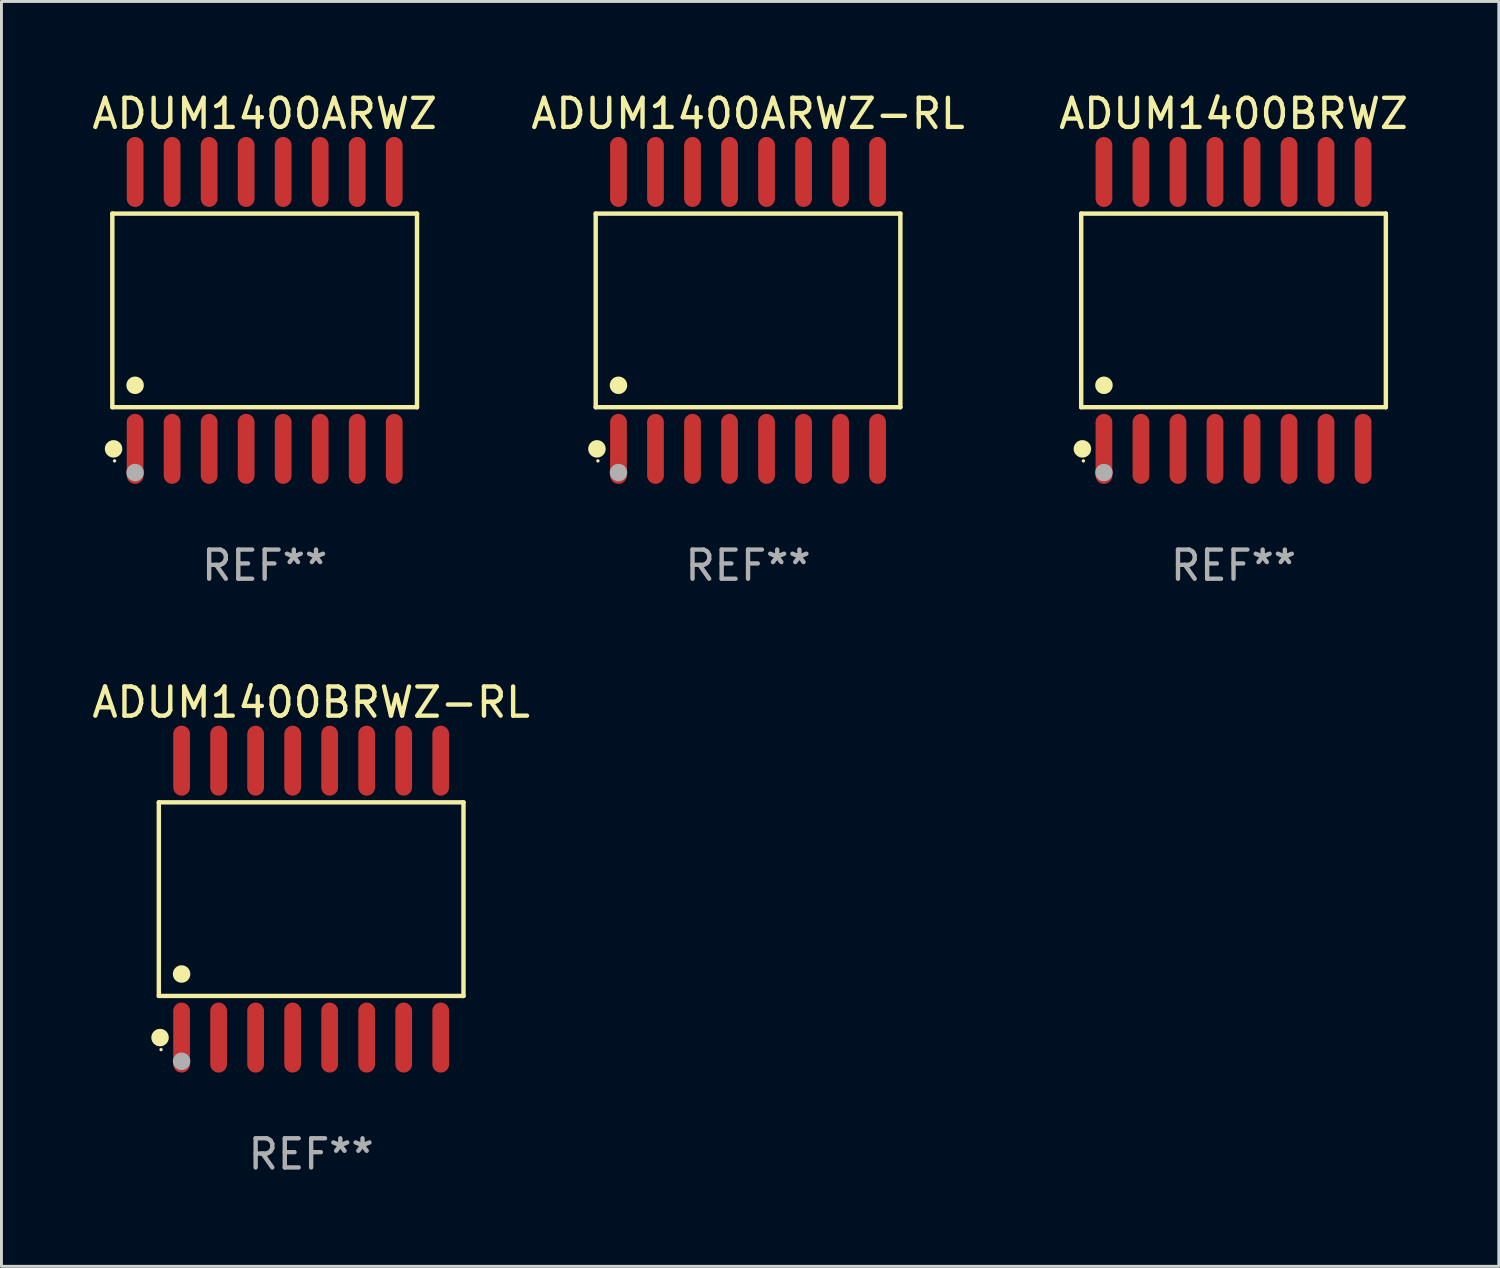
<source format=kicad_pcb>
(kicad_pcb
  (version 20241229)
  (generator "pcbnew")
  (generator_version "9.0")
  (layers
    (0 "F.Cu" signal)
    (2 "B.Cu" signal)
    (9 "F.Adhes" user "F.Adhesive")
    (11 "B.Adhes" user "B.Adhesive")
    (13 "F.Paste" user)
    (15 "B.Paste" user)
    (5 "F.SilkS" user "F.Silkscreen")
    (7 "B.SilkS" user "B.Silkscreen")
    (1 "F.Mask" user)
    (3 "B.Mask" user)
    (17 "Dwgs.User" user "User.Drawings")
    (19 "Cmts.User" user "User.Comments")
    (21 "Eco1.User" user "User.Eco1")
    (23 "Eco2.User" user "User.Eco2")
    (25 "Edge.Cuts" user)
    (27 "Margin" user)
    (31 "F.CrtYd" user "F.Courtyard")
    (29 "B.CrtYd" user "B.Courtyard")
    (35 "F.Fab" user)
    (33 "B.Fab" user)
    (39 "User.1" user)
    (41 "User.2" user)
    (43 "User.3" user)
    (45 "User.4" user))
  (footprint "ADUM1400BRWZ"
    (layer "F.Cu")
    (at 39.268 7.599)
    (property "Reference" "ADUM1400BRWZ" (at 0 -6.75 0) (layer "F.SilkS") (effects (font (size 1 1) (thickness 0.15))))
    (attr through_hole)
    (fp_line (start -5.226 -3.321) (end 5.226 -3.321) (stroke (width 0.152) (type solid)) (layer "F.SilkS"))
    (fp_line (start -5.226 3.321) (end -5.226 -3.321) (stroke (width 0.152) (type solid)) (layer "F.SilkS"))
    (fp_line (start 5.226 -3.321) (end 5.226 3.321) (stroke (width 0.152) (type solid)) (layer "F.SilkS"))
    (fp_line (start 5.226 3.321) (end -5.226 3.321) (stroke (width 0.152) (type solid)) (layer "F.SilkS"))
    (fp_circle (center -5.184 4.75) (end -5.034 4.75) (stroke (width 0.3) (type solid)) (fill no) (layer "F.SilkS"))
    (fp_circle (center -5.15 5.163) (end -5.12 5.163) (stroke (width 0.06) (type solid)) (fill no) (layer "F.SilkS"))
    (fp_circle (center -4.445 2.569) (end -4.295 2.569) (stroke (width 0.3) (type solid)) (fill no) (layer "F.SilkS"))
    (fp_circle (center -4.445 5.563) (end -4.295 5.563) (stroke (width 0.3) (type solid)) (fill no) (layer "F.Fab"))
    (fp_text user "REF**" (at 0 8.75 0) (layer "F.Fab") (effects (font (size 1 1) (thickness 0.15))))
    (pad "1" smd oval (at -4.445 4.75) (size 0.574 2.401) (layers "F.Cu" "F.Mask" "F.Paste"))
    (pad "2" smd oval (at -3.175 4.75) (size 0.574 2.401) (layers "F.Cu" "F.Mask" "F.Paste"))
    (pad "3" smd oval (at -1.905 4.75) (size 0.574 2.401) (layers "F.Cu" "F.Mask" "F.Paste"))
    (pad "4" smd oval (at -0.635 4.75) (size 0.574 2.401) (layers "F.Cu" "F.Mask" "F.Paste"))
    (pad "5" smd oval (at 0.635 4.75) (size 0.574 2.401) (layers "F.Cu" "F.Mask" "F.Paste"))
    (pad "6" smd oval (at 1.905 4.75) (size 0.574 2.401) (layers "F.Cu" "F.Mask" "F.Paste"))
    (pad "7" smd oval (at 3.175 4.75) (size 0.574 2.401) (layers "F.Cu" "F.Mask" "F.Paste"))
    (pad "8" smd oval (at 4.445 4.75) (size 0.574 2.401) (layers "F.Cu" "F.Mask" "F.Paste"))
    (pad "9" smd oval (at 4.445 -4.75) (size 0.574 2.401) (layers "F.Cu" "F.Mask" "F.Paste"))
    (pad "10" smd oval (at 3.175 -4.75) (size 0.574 2.401) (layers "F.Cu" "F.Mask" "F.Paste"))
    (pad "11" smd oval (at 1.905 -4.75) (size 0.574 2.401) (layers "F.Cu" "F.Mask" "F.Paste"))
    (pad "12" smd oval (at 0.635 -4.75) (size 0.574 2.401) (layers "F.Cu" "F.Mask" "F.Paste"))
    (pad "13" smd oval (at -0.635 -4.75) (size 0.574 2.401) (layers "F.Cu" "F.Mask" "F.Paste"))
    (pad "14" smd oval (at -1.905 -4.75) (size 0.574 2.401) (layers "F.Cu" "F.Mask" "F.Paste"))
    (pad "15" smd oval (at -3.175 -4.75) (size 0.574 2.401) (layers "F.Cu" "F.Mask" "F.Paste"))
    (pad "16" smd oval (at -4.445 -4.75) (size 0.574 2.401) (layers "F.Cu" "F.Mask" "F.Paste")))
  (footprint "ADUM1400BRWZ-RL"
    (layer "F.Cu")
    (at 7.625 27.796)
    (property "Reference" "ADUM1400BRWZ-RL" (at 0 -6.75 0) (layer "F.SilkS") (effects (font (size 1 1) (thickness 0.15))))
    (attr through_hole)
    (fp_line (start -5.226 -3.321) (end 5.226 -3.321) (stroke (width 0.152) (type solid)) (layer "F.SilkS"))
    (fp_line (start -5.226 3.321) (end -5.226 -3.321) (stroke (width 0.152) (type solid)) (layer "F.SilkS"))
    (fp_line (start 5.226 -3.321) (end 5.226 3.321) (stroke (width 0.152) (type solid)) (layer "F.SilkS"))
    (fp_line (start 5.226 3.321) (end -5.226 3.321) (stroke (width 0.152) (type solid)) (layer "F.SilkS"))
    (fp_circle (center -5.184 4.75) (end -5.034 4.75) (stroke (width 0.3) (type solid)) (fill no) (layer "F.SilkS"))
    (fp_circle (center -5.15 5.163) (end -5.12 5.163) (stroke (width 0.06) (type solid)) (fill no) (layer "F.SilkS"))
    (fp_circle (center -4.445 2.569) (end -4.295 2.569) (stroke (width 0.3) (type solid)) (fill no) (layer "F.SilkS"))
    (fp_circle (center -4.445 5.563) (end -4.295 5.563) (stroke (width 0.3) (type solid)) (fill no) (layer "F.Fab"))
    (fp_text user "REF**" (at 0 8.75 0) (layer "F.Fab") (effects (font (size 1 1) (thickness 0.15))))
    (pad "1" smd oval (at -4.445 4.75) (size 0.574 2.401) (layers "F.Cu" "F.Mask" "F.Paste"))
    (pad "2" smd oval (at -3.175 4.75) (size 0.574 2.401) (layers "F.Cu" "F.Mask" "F.Paste"))
    (pad "3" smd oval (at -1.905 4.75) (size 0.574 2.401) (layers "F.Cu" "F.Mask" "F.Paste"))
    (pad "4" smd oval (at -0.635 4.75) (size 0.574 2.401) (layers "F.Cu" "F.Mask" "F.Paste"))
    (pad "5" smd oval (at 0.635 4.75) (size 0.574 2.401) (layers "F.Cu" "F.Mask" "F.Paste"))
    (pad "6" smd oval (at 1.905 4.75) (size 0.574 2.401) (layers "F.Cu" "F.Mask" "F.Paste"))
    (pad "7" smd oval (at 3.175 4.75) (size 0.574 2.401) (layers "F.Cu" "F.Mask" "F.Paste"))
    (pad "8" smd oval (at 4.445 4.75) (size 0.574 2.401) (layers "F.Cu" "F.Mask" "F.Paste"))
    (pad "9" smd oval (at 4.445 -4.75) (size 0.574 2.401) (layers "F.Cu" "F.Mask" "F.Paste"))
    (pad "10" smd oval (at 3.175 -4.75) (size 0.574 2.401) (layers "F.Cu" "F.Mask" "F.Paste"))
    (pad "11" smd oval (at 1.905 -4.75) (size 0.574 2.401) (layers "F.Cu" "F.Mask" "F.Paste"))
    (pad "12" smd oval (at 0.635 -4.75) (size 0.574 2.401) (layers "F.Cu" "F.Mask" "F.Paste"))
    (pad "13" smd oval (at -0.635 -4.75) (size 0.574 2.401) (layers "F.Cu" "F.Mask" "F.Paste"))
    (pad "14" smd oval (at -1.905 -4.75) (size 0.574 2.401) (layers "F.Cu" "F.Mask" "F.Paste"))
    (pad "15" smd oval (at -3.175 -4.75) (size 0.574 2.401) (layers "F.Cu" "F.Mask" "F.Paste"))
    (pad "16" smd oval (at -4.445 -4.75) (size 0.574 2.401) (layers "F.Cu" "F.Mask" "F.Paste")))
  (footprint "ADUM1400ARWZ-RL"
    (layer "F.Cu")
    (at 22.613 7.599)
    (property "Reference" "ADUM1400ARWZ-RL" (at 0 -6.75 0) (layer "F.SilkS") (effects (font (size 1 1) (thickness 0.15))))
    (attr through_hole)
    (fp_line (start -5.226 -3.321) (end 5.226 -3.321) (stroke (width 0.152) (type solid)) (layer "F.SilkS"))
    (fp_line (start -5.226 3.321) (end -5.226 -3.321) (stroke (width 0.152) (type solid)) (layer "F.SilkS"))
    (fp_line (start 5.226 -3.321) (end 5.226 3.321) (stroke (width 0.152) (type solid)) (layer "F.SilkS"))
    (fp_line (start 5.226 3.321) (end -5.226 3.321) (stroke (width 0.152) (type solid)) (layer "F.SilkS"))
    (fp_circle (center -5.184 4.75) (end -5.034 4.75) (stroke (width 0.3) (type solid)) (fill no) (layer "F.SilkS"))
    (fp_circle (center -5.15 5.163) (end -5.12 5.163) (stroke (width 0.06) (type solid)) (fill no) (layer "F.SilkS"))
    (fp_circle (center -4.445 2.569) (end -4.295 2.569) (stroke (width 0.3) (type solid)) (fill no) (layer "F.SilkS"))
    (fp_circle (center -4.445 5.563) (end -4.295 5.563) (stroke (width 0.3) (type solid)) (fill no) (layer "F.Fab"))
    (fp_text user "REF**" (at 0 8.75 0) (layer "F.Fab") (effects (font (size 1 1) (thickness 0.15))))
    (pad "1" smd oval (at -4.445 4.75) (size 0.574 2.401) (layers "F.Cu" "F.Mask" "F.Paste"))
    (pad "2" smd oval (at -3.175 4.75) (size 0.574 2.401) (layers "F.Cu" "F.Mask" "F.Paste"))
    (pad "3" smd oval (at -1.905 4.75) (size 0.574 2.401) (layers "F.Cu" "F.Mask" "F.Paste"))
    (pad "4" smd oval (at -0.635 4.75) (size 0.574 2.401) (layers "F.Cu" "F.Mask" "F.Paste"))
    (pad "5" smd oval (at 0.635 4.75) (size 0.574 2.401) (layers "F.Cu" "F.Mask" "F.Paste"))
    (pad "6" smd oval (at 1.905 4.75) (size 0.574 2.401) (layers "F.Cu" "F.Mask" "F.Paste"))
    (pad "7" smd oval (at 3.175 4.75) (size 0.574 2.401) (layers "F.Cu" "F.Mask" "F.Paste"))
    (pad "8" smd oval (at 4.445 4.75) (size 0.574 2.401) (layers "F.Cu" "F.Mask" "F.Paste"))
    (pad "9" smd oval (at 4.445 -4.75) (size 0.574 2.401) (layers "F.Cu" "F.Mask" "F.Paste"))
    (pad "10" smd oval (at 3.175 -4.75) (size 0.574 2.401) (layers "F.Cu" "F.Mask" "F.Paste"))
    (pad "11" smd oval (at 1.905 -4.75) (size 0.574 2.401) (layers "F.Cu" "F.Mask" "F.Paste"))
    (pad "12" smd oval (at 0.635 -4.75) (size 0.574 2.401) (layers "F.Cu" "F.Mask" "F.Paste"))
    (pad "13" smd oval (at -0.635 -4.75) (size 0.574 2.401) (layers "F.Cu" "F.Mask" "F.Paste"))
    (pad "14" smd oval (at -1.905 -4.75) (size 0.574 2.401) (layers "F.Cu" "F.Mask" "F.Paste"))
    (pad "15" smd oval (at -3.175 -4.75) (size 0.574 2.401) (layers "F.Cu" "F.Mask" "F.Paste"))
    (pad "16" smd oval (at -4.445 -4.75) (size 0.574 2.401) (layers "F.Cu" "F.Mask" "F.Paste")))
  (footprint "ADUM1400ARWZ"
    (layer "F.Cu")
    (at 6.03 7.599)
    (property "Reference" "ADUM1400ARWZ" (at 0 -6.75 0) (layer "F.SilkS") (effects (font (size 1 1) (thickness 0.15))))
    (attr through_hole)
    (fp_line (start -5.226 -3.321) (end 5.226 -3.321) (stroke (width 0.152) (type solid)) (layer "F.SilkS"))
    (fp_line (start -5.226 3.321) (end -5.226 -3.321) (stroke (width 0.152) (type solid)) (layer "F.SilkS"))
    (fp_line (start 5.226 -3.321) (end 5.226 3.321) (stroke (width 0.152) (type solid)) (layer "F.SilkS"))
    (fp_line (start 5.226 3.321) (end -5.226 3.321) (stroke (width 0.152) (type solid)) (layer "F.SilkS"))
    (fp_circle (center -5.184 4.75) (end -5.034 4.75) (stroke (width 0.3) (type solid)) (fill no) (layer "F.SilkS"))
    (fp_circle (center -5.15 5.163) (end -5.12 5.163) (stroke (width 0.06) (type solid)) (fill no) (layer "F.SilkS"))
    (fp_circle (center -4.445 2.569) (end -4.295 2.569) (stroke (width 0.3) (type solid)) (fill no) (layer "F.SilkS"))
    (fp_circle (center -4.445 5.563) (end -4.295 5.563) (stroke (width 0.3) (type solid)) (fill no) (layer "F.Fab"))
    (fp_text user "REF**" (at 0 8.75 0) (layer "F.Fab") (effects (font (size 1 1) (thickness 0.15))))
    (pad "1" smd oval (at -4.445 4.75) (size 0.574 2.401) (layers "F.Cu" "F.Mask" "F.Paste"))
    (pad "2" smd oval (at -3.175 4.75) (size 0.574 2.401) (layers "F.Cu" "F.Mask" "F.Paste"))
    (pad "3" smd oval (at -1.905 4.75) (size 0.574 2.401) (layers "F.Cu" "F.Mask" "F.Paste"))
    (pad "4" smd oval (at -0.635 4.75) (size 0.574 2.401) (layers "F.Cu" "F.Mask" "F.Paste"))
    (pad "5" smd oval (at 0.635 4.75) (size 0.574 2.401) (layers "F.Cu" "F.Mask" "F.Paste"))
    (pad "6" smd oval (at 1.905 4.75) (size 0.574 2.401) (layers "F.Cu" "F.Mask" "F.Paste"))
    (pad "7" smd oval (at 3.175 4.75) (size 0.574 2.401) (layers "F.Cu" "F.Mask" "F.Paste"))
    (pad "8" smd oval (at 4.445 4.75) (size 0.574 2.401) (layers "F.Cu" "F.Mask" "F.Paste"))
    (pad "9" smd oval (at 4.445 -4.75) (size 0.574 2.401) (layers "F.Cu" "F.Mask" "F.Paste"))
    (pad "10" smd oval (at 3.175 -4.75) (size 0.574 2.401) (layers "F.Cu" "F.Mask" "F.Paste"))
    (pad "11" smd oval (at 1.905 -4.75) (size 0.574 2.401) (layers "F.Cu" "F.Mask" "F.Paste"))
    (pad "12" smd oval (at 0.635 -4.75) (size 0.574 2.401) (layers "F.Cu" "F.Mask" "F.Paste"))
    (pad "13" smd oval (at -0.635 -4.75) (size 0.574 2.401) (layers "F.Cu" "F.Mask" "F.Paste"))
    (pad "14" smd oval (at -1.905 -4.75) (size 0.574 2.401) (layers "F.Cu" "F.Mask" "F.Paste"))
    (pad "15" smd oval (at -3.175 -4.75) (size 0.574 2.401) (layers "F.Cu" "F.Mask" "F.Paste"))
    (pad "16" smd oval (at -4.445 -4.75) (size 0.574 2.401) (layers "F.Cu" "F.Mask" "F.Paste")))
  (gr_rect
    (start -3 -3)
    (end 48.369 40.394)
    (stroke (width 0.1) (type default))
    (fill no)
    (layer "Edge.Cuts")))
</source>
